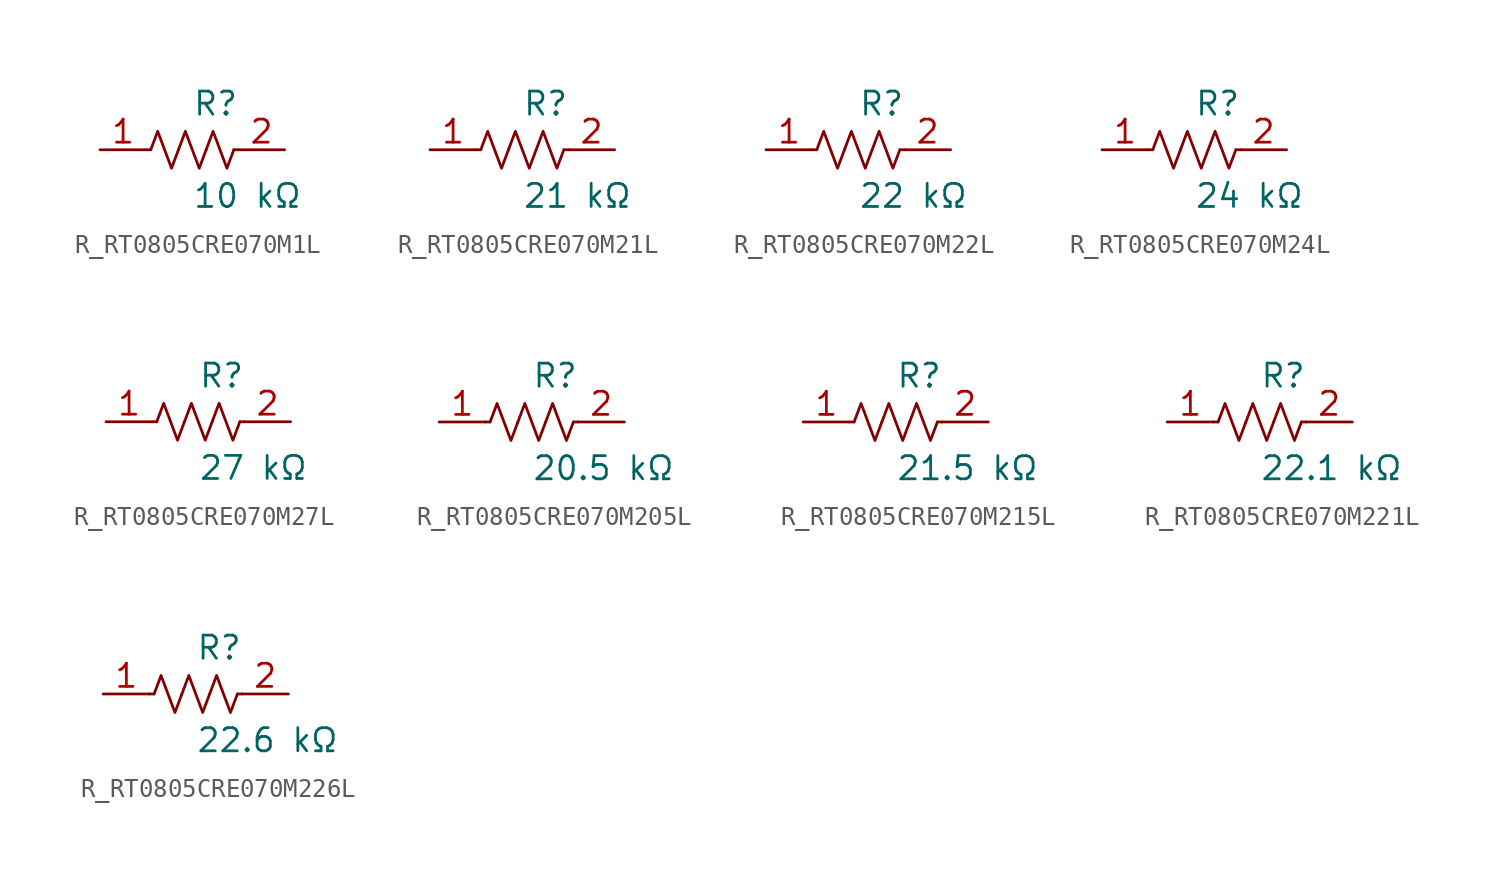
<source format=kicad_sym>
(kicad_symbol_lib
  (version 20231120)
  (generator kicad_symbol_editor)
  (generator_version 8.0)
  (symbol "R_RT0805CRE070M1L"
    (pin_names
      (offset 0.254))
    (property "Reference" "R"
      (at 0.0 2.54 0)
      (effects (font (size 1.27 1.27)) (justify left)))
    (property "Value" "10 kΩ"
      (at 0.0 -2.54 0)
      (effects (font (size 1.27 1.27)) (justify left)))
    (symbol "R_RT0805CRE070M1L_0_1"
      (polyline (pts (xy 2.286 0) (xy 2.54 0)) (stroke (width 0) (type default)) (fill (type none)))
      (polyline (pts (xy -2.286 0) (xy -2.54 0)) (stroke (width 0) (type default)) (fill (type none)))
      (polyline (pts (xy 0.762 0) (xy 1.143 1.016) (xy 1.524 0) (xy 1.905 -1.016) (xy 2.286 0)) (stroke (width 0) (type default)) (fill (type none)))
      (polyline (pts (xy -0.762 0) (xy -0.381 1.016) (xy 0 0) (xy 0.381 -1.016) (xy 0.762 0)) (stroke (width 0) (type default)) (fill (type none)))
      (polyline (pts (xy -2.286 0) (xy -1.905 1.016) (xy -1.524 0) (xy -1.143 -1.016) (xy -0.762 0)) (stroke (width 0) (type default)) (fill (type none))))
    (pin unspecified line
      (at -5.08 0 0)
      (length 2.54)
      (name "" (effects (font (size 1.27 1.27))))
      (number "1" (effects (font (size 1.27 1.27)))))
    (pin unspecified line
      (at 5.08 0 180)
      (length 2.54)
      (name "" (effects (font (size 1.27 1.27))))
      (number "2" (effects (font (size 1.27 1.27))))))
  (symbol "R_RT0805CRE070M21L"
    (pin_names
      (offset 0.254))
    (property "Reference" "R"
      (at 0.0 2.54 0)
      (effects (font (size 1.27 1.27)) (justify left)))
    (property "Value" "21 kΩ"
      (at 0.0 -2.54 0)
      (effects (font (size 1.27 1.27)) (justify left)))
    (symbol "R_RT0805CRE070M21L_0_1"
      (polyline (pts (xy 2.286 0) (xy 2.54 0)) (stroke (width 0) (type default)) (fill (type none)))
      (polyline (pts (xy -2.286 0) (xy -2.54 0)) (stroke (width 0) (type default)) (fill (type none)))
      (polyline (pts (xy 0.762 0) (xy 1.143 1.016) (xy 1.524 0) (xy 1.905 -1.016) (xy 2.286 0)) (stroke (width 0) (type default)) (fill (type none)))
      (polyline (pts (xy -0.762 0) (xy -0.381 1.016) (xy 0 0) (xy 0.381 -1.016) (xy 0.762 0)) (stroke (width 0) (type default)) (fill (type none)))
      (polyline (pts (xy -2.286 0) (xy -1.905 1.016) (xy -1.524 0) (xy -1.143 -1.016) (xy -0.762 0)) (stroke (width 0) (type default)) (fill (type none))))
    (pin unspecified line
      (at -5.08 0 0)
      (length 2.54)
      (name "" (effects (font (size 1.27 1.27))))
      (number "1" (effects (font (size 1.27 1.27)))))
    (pin unspecified line
      (at 5.08 0 180)
      (length 2.54)
      (name "" (effects (font (size 1.27 1.27))))
      (number "2" (effects (font (size 1.27 1.27))))))
  (symbol "R_RT0805CRE070M22L"
    (pin_names
      (offset 0.254))
    (property "Reference" "R"
      (at 0.0 2.54 0)
      (effects (font (size 1.27 1.27)) (justify left)))
    (property "Value" "22 kΩ"
      (at 0.0 -2.54 0)
      (effects (font (size 1.27 1.27)) (justify left)))
    (symbol "R_RT0805CRE070M22L_0_1"
      (polyline (pts (xy 2.286 0) (xy 2.54 0)) (stroke (width 0) (type default)) (fill (type none)))
      (polyline (pts (xy -2.286 0) (xy -2.54 0)) (stroke (width 0) (type default)) (fill (type none)))
      (polyline (pts (xy 0.762 0) (xy 1.143 1.016) (xy 1.524 0) (xy 1.905 -1.016) (xy 2.286 0)) (stroke (width 0) (type default)) (fill (type none)))
      (polyline (pts (xy -0.762 0) (xy -0.381 1.016) (xy 0 0) (xy 0.381 -1.016) (xy 0.762 0)) (stroke (width 0) (type default)) (fill (type none)))
      (polyline (pts (xy -2.286 0) (xy -1.905 1.016) (xy -1.524 0) (xy -1.143 -1.016) (xy -0.762 0)) (stroke (width 0) (type default)) (fill (type none))))
    (pin unspecified line
      (at -5.08 0 0)
      (length 2.54)
      (name "" (effects (font (size 1.27 1.27))))
      (number "1" (effects (font (size 1.27 1.27)))))
    (pin unspecified line
      (at 5.08 0 180)
      (length 2.54)
      (name "" (effects (font (size 1.27 1.27))))
      (number "2" (effects (font (size 1.27 1.27))))))
  (symbol "R_RT0805CRE070M24L"
    (pin_names
      (offset 0.254))
    (property "Reference" "R"
      (at 0.0 2.54 0)
      (effects (font (size 1.27 1.27)) (justify left)))
    (property "Value" "24 kΩ"
      (at 0.0 -2.54 0)
      (effects (font (size 1.27 1.27)) (justify left)))
    (symbol "R_RT0805CRE070M24L_0_1"
      (polyline (pts (xy 2.286 0) (xy 2.54 0)) (stroke (width 0) (type default)) (fill (type none)))
      (polyline (pts (xy -2.286 0) (xy -2.54 0)) (stroke (width 0) (type default)) (fill (type none)))
      (polyline (pts (xy 0.762 0) (xy 1.143 1.016) (xy 1.524 0) (xy 1.905 -1.016) (xy 2.286 0)) (stroke (width 0) (type default)) (fill (type none)))
      (polyline (pts (xy -0.762 0) (xy -0.381 1.016) (xy 0 0) (xy 0.381 -1.016) (xy 0.762 0)) (stroke (width 0) (type default)) (fill (type none)))
      (polyline (pts (xy -2.286 0) (xy -1.905 1.016) (xy -1.524 0) (xy -1.143 -1.016) (xy -0.762 0)) (stroke (width 0) (type default)) (fill (type none))))
    (pin unspecified line
      (at -5.08 0 0)
      (length 2.54)
      (name "" (effects (font (size 1.27 1.27))))
      (number "1" (effects (font (size 1.27 1.27)))))
    (pin unspecified line
      (at 5.08 0 180)
      (length 2.54)
      (name "" (effects (font (size 1.27 1.27))))
      (number "2" (effects (font (size 1.27 1.27))))))
  (symbol "R_RT0805CRE070M27L"
    (pin_names
      (offset 0.254))
    (property "Reference" "R"
      (at 0.0 2.54 0)
      (effects (font (size 1.27 1.27)) (justify left)))
    (property "Value" "27 kΩ"
      (at 0.0 -2.54 0)
      (effects (font (size 1.27 1.27)) (justify left)))
    (symbol "R_RT0805CRE070M27L_0_1"
      (polyline (pts (xy 2.286 0) (xy 2.54 0)) (stroke (width 0) (type default)) (fill (type none)))
      (polyline (pts (xy -2.286 0) (xy -2.54 0)) (stroke (width 0) (type default)) (fill (type none)))
      (polyline (pts (xy 0.762 0) (xy 1.143 1.016) (xy 1.524 0) (xy 1.905 -1.016) (xy 2.286 0)) (stroke (width 0) (type default)) (fill (type none)))
      (polyline (pts (xy -0.762 0) (xy -0.381 1.016) (xy 0 0) (xy 0.381 -1.016) (xy 0.762 0)) (stroke (width 0) (type default)) (fill (type none)))
      (polyline (pts (xy -2.286 0) (xy -1.905 1.016) (xy -1.524 0) (xy -1.143 -1.016) (xy -0.762 0)) (stroke (width 0) (type default)) (fill (type none))))
    (pin unspecified line
      (at -5.08 0 0)
      (length 2.54)
      (name "" (effects (font (size 1.27 1.27))))
      (number "1" (effects (font (size 1.27 1.27)))))
    (pin unspecified line
      (at 5.08 0 180)
      (length 2.54)
      (name "" (effects (font (size 1.27 1.27))))
      (number "2" (effects (font (size 1.27 1.27))))))
  (symbol "R_RT0805CRE070M205L"
    (pin_names
      (offset 0.254))
    (property "Reference" "R"
      (at 0.0 2.54 0)
      (effects (font (size 1.27 1.27)) (justify left)))
    (property "Value" "20.5 kΩ"
      (at 0.0 -2.54 0)
      (effects (font (size 1.27 1.27)) (justify left)))
    (symbol "R_RT0805CRE070M205L_0_1"
      (polyline (pts (xy 2.286 0) (xy 2.54 0)) (stroke (width 0) (type default)) (fill (type none)))
      (polyline (pts (xy -2.286 0) (xy -2.54 0)) (stroke (width 0) (type default)) (fill (type none)))
      (polyline (pts (xy 0.762 0) (xy 1.143 1.016) (xy 1.524 0) (xy 1.905 -1.016) (xy 2.286 0)) (stroke (width 0) (type default)) (fill (type none)))
      (polyline (pts (xy -0.762 0) (xy -0.381 1.016) (xy 0 0) (xy 0.381 -1.016) (xy 0.762 0)) (stroke (width 0) (type default)) (fill (type none)))
      (polyline (pts (xy -2.286 0) (xy -1.905 1.016) (xy -1.524 0) (xy -1.143 -1.016) (xy -0.762 0)) (stroke (width 0) (type default)) (fill (type none))))
    (pin unspecified line
      (at -5.08 0 0)
      (length 2.54)
      (name "" (effects (font (size 1.27 1.27))))
      (number "1" (effects (font (size 1.27 1.27)))))
    (pin unspecified line
      (at 5.08 0 180)
      (length 2.54)
      (name "" (effects (font (size 1.27 1.27))))
      (number "2" (effects (font (size 1.27 1.27))))))
  (symbol "R_RT0805CRE070M215L"
    (pin_names
      (offset 0.254))
    (property "Reference" "R"
      (at 0.0 2.54 0)
      (effects (font (size 1.27 1.27)) (justify left)))
    (property "Value" "21.5 kΩ"
      (at 0.0 -2.54 0)
      (effects (font (size 1.27 1.27)) (justify left)))
    (symbol "R_RT0805CRE070M215L_0_1"
      (polyline (pts (xy 2.286 0) (xy 2.54 0)) (stroke (width 0) (type default)) (fill (type none)))
      (polyline (pts (xy -2.286 0) (xy -2.54 0)) (stroke (width 0) (type default)) (fill (type none)))
      (polyline (pts (xy 0.762 0) (xy 1.143 1.016) (xy 1.524 0) (xy 1.905 -1.016) (xy 2.286 0)) (stroke (width 0) (type default)) (fill (type none)))
      (polyline (pts (xy -0.762 0) (xy -0.381 1.016) (xy 0 0) (xy 0.381 -1.016) (xy 0.762 0)) (stroke (width 0) (type default)) (fill (type none)))
      (polyline (pts (xy -2.286 0) (xy -1.905 1.016) (xy -1.524 0) (xy -1.143 -1.016) (xy -0.762 0)) (stroke (width 0) (type default)) (fill (type none))))
    (pin unspecified line
      (at -5.08 0 0)
      (length 2.54)
      (name "" (effects (font (size 1.27 1.27))))
      (number "1" (effects (font (size 1.27 1.27)))))
    (pin unspecified line
      (at 5.08 0 180)
      (length 2.54)
      (name "" (effects (font (size 1.27 1.27))))
      (number "2" (effects (font (size 1.27 1.27))))))
  (symbol "R_RT0805CRE070M221L"
    (pin_names
      (offset 0.254))
    (property "Reference" "R"
      (at 0.0 2.54 0)
      (effects (font (size 1.27 1.27)) (justify left)))
    (property "Value" "22.1 kΩ"
      (at 0.0 -2.54 0)
      (effects (font (size 1.27 1.27)) (justify left)))
    (symbol "R_RT0805CRE070M221L_0_1"
      (polyline (pts (xy 2.286 0) (xy 2.54 0)) (stroke (width 0) (type default)) (fill (type none)))
      (polyline (pts (xy -2.286 0) (xy -2.54 0)) (stroke (width 0) (type default)) (fill (type none)))
      (polyline (pts (xy 0.762 0) (xy 1.143 1.016) (xy 1.524 0) (xy 1.905 -1.016) (xy 2.286 0)) (stroke (width 0) (type default)) (fill (type none)))
      (polyline (pts (xy -0.762 0) (xy -0.381 1.016) (xy 0 0) (xy 0.381 -1.016) (xy 0.762 0)) (stroke (width 0) (type default)) (fill (type none)))
      (polyline (pts (xy -2.286 0) (xy -1.905 1.016) (xy -1.524 0) (xy -1.143 -1.016) (xy -0.762 0)) (stroke (width 0) (type default)) (fill (type none))))
    (pin unspecified line
      (at -5.08 0 0)
      (length 2.54)
      (name "" (effects (font (size 1.27 1.27))))
      (number "1" (effects (font (size 1.27 1.27)))))
    (pin unspecified line
      (at 5.08 0 180)
      (length 2.54)
      (name "" (effects (font (size 1.27 1.27))))
      (number "2" (effects (font (size 1.27 1.27))))))
  (symbol "R_RT0805CRE070M226L"
    (pin_names
      (offset 0.254))
    (property "Reference" "R"
      (at 0.0 2.54 0)
      (effects (font (size 1.27 1.27)) (justify left)))
    (property "Value" "22.6 kΩ"
      (at 0.0 -2.54 0)
      (effects (font (size 1.27 1.27)) (justify left)))
    (symbol "R_RT0805CRE070M226L_0_1"
      (polyline (pts (xy 2.286 0) (xy 2.54 0)) (stroke (width 0) (type default)) (fill (type none)))
      (polyline (pts (xy -2.286 0) (xy -2.54 0)) (stroke (width 0) (type default)) (fill (type none)))
      (polyline (pts (xy 0.762 0) (xy 1.143 1.016) (xy 1.524 0) (xy 1.905 -1.016) (xy 2.286 0)) (stroke (width 0) (type default)) (fill (type none)))
      (polyline (pts (xy -0.762 0) (xy -0.381 1.016) (xy 0 0) (xy 0.381 -1.016) (xy 0.762 0)) (stroke (width 0) (type default)) (fill (type none)))
      (polyline (pts (xy -2.286 0) (xy -1.905 1.016) (xy -1.524 0) (xy -1.143 -1.016) (xy -0.762 0)) (stroke (width 0) (type default)) (fill (type none))))
    (pin unspecified line
      (at -5.08 0 0)
      (length 2.54)
      (name "" (effects (font (size 1.27 1.27))))
      (number "1" (effects (font (size 1.27 1.27)))))
    (pin unspecified line
      (at 5.08 0 180)
      (length 2.54)
      (name "" (effects (font (size 1.27 1.27))))
      (number "2" (effects (font (size 1.27 1.27)))))))
</source>
